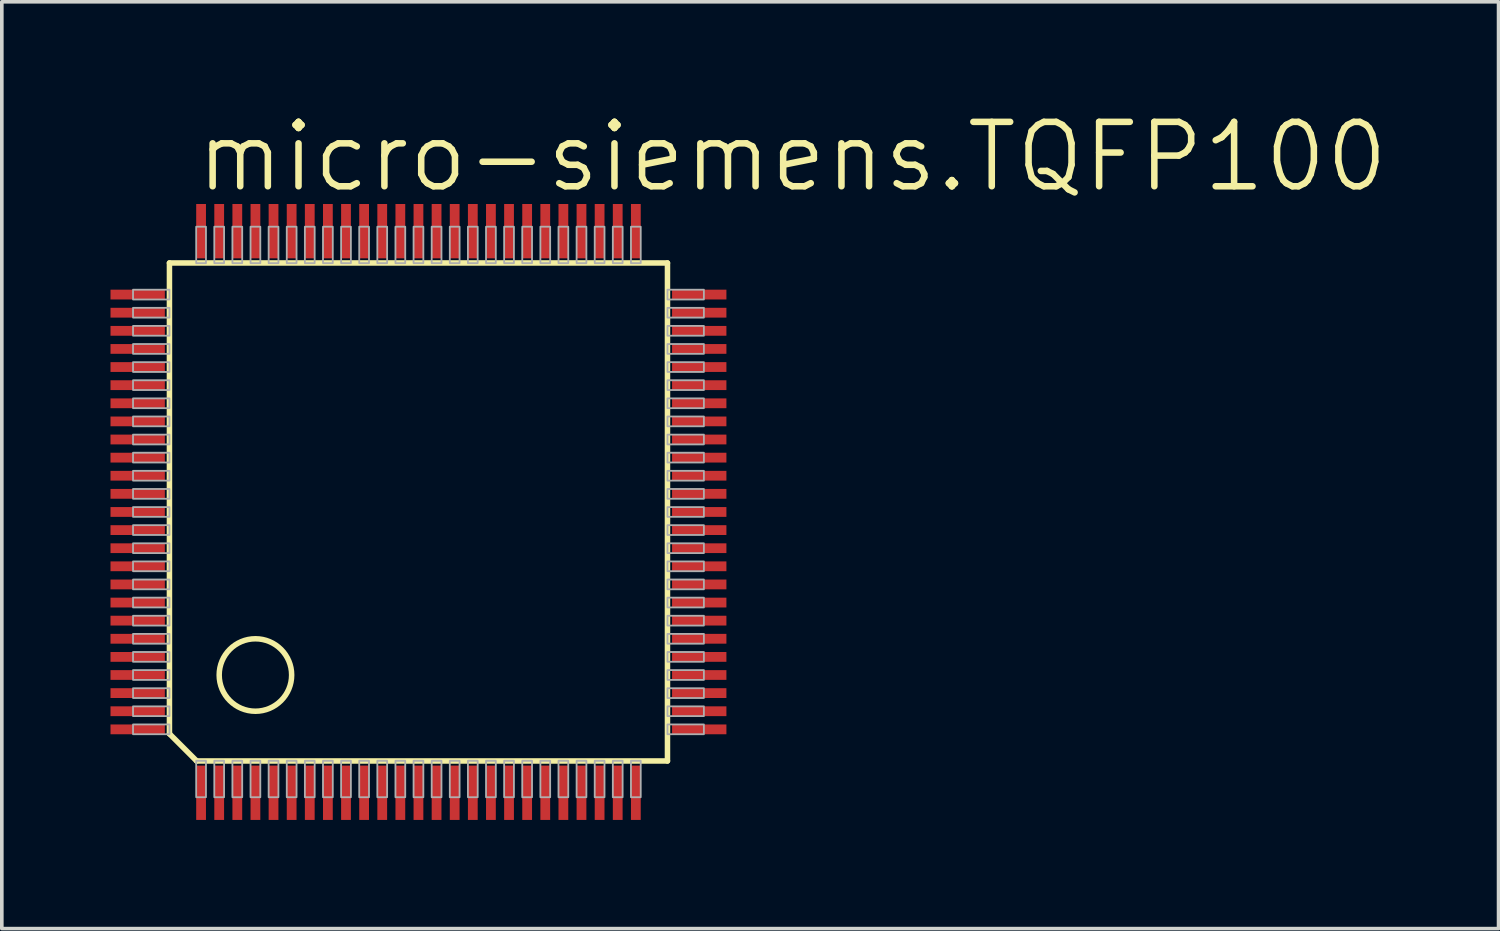
<source format=kicad_pcb>
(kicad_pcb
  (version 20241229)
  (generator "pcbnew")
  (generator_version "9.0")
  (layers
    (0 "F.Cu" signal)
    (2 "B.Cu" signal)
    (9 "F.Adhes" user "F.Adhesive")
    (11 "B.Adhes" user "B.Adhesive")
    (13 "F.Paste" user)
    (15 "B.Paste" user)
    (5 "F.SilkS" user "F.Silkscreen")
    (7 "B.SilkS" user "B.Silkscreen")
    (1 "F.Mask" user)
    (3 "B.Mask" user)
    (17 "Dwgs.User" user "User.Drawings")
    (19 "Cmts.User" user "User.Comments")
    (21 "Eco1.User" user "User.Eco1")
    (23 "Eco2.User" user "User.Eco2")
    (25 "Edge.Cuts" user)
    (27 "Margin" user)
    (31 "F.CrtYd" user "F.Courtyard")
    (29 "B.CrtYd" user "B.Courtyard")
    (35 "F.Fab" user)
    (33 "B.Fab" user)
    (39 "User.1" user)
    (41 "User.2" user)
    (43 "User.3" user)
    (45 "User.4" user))
  (footprint "micro-siemens.TQFP100"
    (layer "F.Cu")
    (at 8.5 11.081)
    (property "Reference" "micro-siemens.TQFP100" (at -6.223 -8.763 0) (layer "F.SilkS") (effects (font (size 1.778 1.778) (thickness 0.18)) (justify left bottom)))
    (attr smd)
    (fp_line (start -6.873 -6.873) (end 6.873 -6.873) (stroke (width 0.152) (type default)) (layer "F.SilkS"))
    (fp_line (start -6.873 6.123) (end -6.873 -6.873) (stroke (width 0.152) (type default)) (layer "F.SilkS"))
    (fp_line (start -6.123 6.873) (end -6.873 6.123) (stroke (width 0.152) (type default)) (layer "F.SilkS"))
    (fp_line (start 6.873 -6.873) (end 6.873 6.873) (stroke (width 0.152) (type default)) (layer "F.SilkS"))
    (fp_line (start 6.873 6.873) (end -6.123 6.873) (stroke (width 0.152) (type default)) (layer "F.SilkS"))
    (fp_circle (center -4.5 4.5) (end -3.5 4.5) (stroke (width 0.152) (type default)) (fill no) (layer "F.SilkS"))
    (fp_rect (start -7.878 -5.865) (end -6.873 -6.135) (stroke (width 0.05) (type default)) (fill no) (layer "F.Fab"))
    (fp_rect (start -7.878 -5.365) (end -6.873 -5.635) (stroke (width 0.05) (type default)) (fill no) (layer "F.Fab"))
    (fp_rect (start -7.878 -4.865) (end -6.873 -5.135) (stroke (width 0.05) (type default)) (fill no) (layer "F.Fab"))
    (fp_rect (start -7.878 -4.365) (end -6.873 -4.635) (stroke (width 0.05) (type default)) (fill no) (layer "F.Fab"))
    (fp_rect (start -7.878 -3.865) (end -6.873 -4.135) (stroke (width 0.05) (type default)) (fill no) (layer "F.Fab"))
    (fp_rect (start -7.878 -3.365) (end -6.873 -3.635) (stroke (width 0.05) (type default)) (fill no) (layer "F.Fab"))
    (fp_rect (start -7.878 -2.865) (end -6.873 -3.135) (stroke (width 0.05) (type default)) (fill no) (layer "F.Fab"))
    (fp_rect (start -7.878 -2.365) (end -6.873 -2.635) (stroke (width 0.05) (type default)) (fill no) (layer "F.Fab"))
    (fp_rect (start -7.878 -1.865) (end -6.873 -2.135) (stroke (width 0.05) (type default)) (fill no) (layer "F.Fab"))
    (fp_rect (start -7.878 -1.365) (end -6.873 -1.635) (stroke (width 0.05) (type default)) (fill no) (layer "F.Fab"))
    (fp_rect (start -7.878 -0.865) (end -6.873 -1.135) (stroke (width 0.05) (type default)) (fill no) (layer "F.Fab"))
    (fp_rect (start -7.878 -0.365) (end -6.873 -0.635) (stroke (width 0.05) (type default)) (fill no) (layer "F.Fab"))
    (fp_rect (start -7.878 0.135) (end -6.873 -0.135) (stroke (width 0.05) (type default)) (fill no) (layer "F.Fab"))
    (fp_rect (start -7.878 0.635) (end -6.873 0.365) (stroke (width 0.05) (type default)) (fill no) (layer "F.Fab"))
    (fp_rect (start -7.878 1.135) (end -6.873 0.865) (stroke (width 0.05) (type default)) (fill no) (layer "F.Fab"))
    (fp_rect (start -7.878 1.635) (end -6.873 1.365) (stroke (width 0.05) (type default)) (fill no) (layer "F.Fab"))
    (fp_rect (start -7.878 2.135) (end -6.873 1.865) (stroke (width 0.05) (type default)) (fill no) (layer "F.Fab"))
    (fp_rect (start -7.878 2.635) (end -6.873 2.365) (stroke (width 0.05) (type default)) (fill no) (layer "F.Fab"))
    (fp_rect (start -7.878 3.135) (end -6.873 2.865) (stroke (width 0.05) (type default)) (fill no) (layer "F.Fab"))
    (fp_rect (start -7.878 3.635) (end -6.873 3.365) (stroke (width 0.05) (type default)) (fill no) (layer "F.Fab"))
    (fp_rect (start -7.878 4.135) (end -6.873 3.865) (stroke (width 0.05) (type default)) (fill no) (layer "F.Fab"))
    (fp_rect (start -7.878 4.635) (end -6.873 4.365) (stroke (width 0.05) (type default)) (fill no) (layer "F.Fab"))
    (fp_rect (start -7.878 5.135) (end -6.873 4.865) (stroke (width 0.05) (type default)) (fill no) (layer "F.Fab"))
    (fp_rect (start -7.878 5.635) (end -6.873 5.365) (stroke (width 0.05) (type default)) (fill no) (layer "F.Fab"))
    (fp_rect (start -7.878 6.135) (end -6.873 5.865) (stroke (width 0.05) (type default)) (fill no) (layer "F.Fab"))
    (fp_rect (start -6.135 -6.868) (end -5.865 -7.873) (stroke (width 0.05) (type default)) (fill no) (layer "F.Fab"))
    (fp_rect (start -6.135 7.873) (end -5.865 6.868) (stroke (width 0.05) (type default)) (fill no) (layer "F.Fab"))
    (fp_rect (start -5.635 -6.868) (end -5.365 -7.873) (stroke (width 0.05) (type default)) (fill no) (layer "F.Fab"))
    (fp_rect (start -5.635 7.873) (end -5.365 6.868) (stroke (width 0.05) (type default)) (fill no) (layer "F.Fab"))
    (fp_rect (start -5.135 -6.868) (end -4.865 -7.873) (stroke (width 0.05) (type default)) (fill no) (layer "F.Fab"))
    (fp_rect (start -5.135 7.873) (end -4.865 6.868) (stroke (width 0.05) (type default)) (fill no) (layer "F.Fab"))
    (fp_rect (start -4.635 -6.868) (end -4.365 -7.873) (stroke (width 0.05) (type default)) (fill no) (layer "F.Fab"))
    (fp_rect (start -4.635 7.873) (end -4.365 6.868) (stroke (width 0.05) (type default)) (fill no) (layer "F.Fab"))
    (fp_rect (start -4.135 -6.868) (end -3.865 -7.873) (stroke (width 0.05) (type default)) (fill no) (layer "F.Fab"))
    (fp_rect (start -4.135 7.873) (end -3.865 6.868) (stroke (width 0.05) (type default)) (fill no) (layer "F.Fab"))
    (fp_rect (start -3.635 -6.868) (end -3.365 -7.873) (stroke (width 0.05) (type default)) (fill no) (layer "F.Fab"))
    (fp_rect (start -3.635 7.873) (end -3.365 6.868) (stroke (width 0.05) (type default)) (fill no) (layer "F.Fab"))
    (fp_rect (start -3.135 -6.868) (end -2.865 -7.873) (stroke (width 0.05) (type default)) (fill no) (layer "F.Fab"))
    (fp_rect (start -3.135 7.873) (end -2.865 6.868) (stroke (width 0.05) (type default)) (fill no) (layer "F.Fab"))
    (fp_rect (start -2.635 -6.868) (end -2.365 -7.873) (stroke (width 0.05) (type default)) (fill no) (layer "F.Fab"))
    (fp_rect (start -2.635 7.873) (end -2.365 6.868) (stroke (width 0.05) (type default)) (fill no) (layer "F.Fab"))
    (fp_rect (start -2.135 -6.868) (end -1.865 -7.873) (stroke (width 0.05) (type default)) (fill no) (layer "F.Fab"))
    (fp_rect (start -2.135 7.873) (end -1.865 6.868) (stroke (width 0.05) (type default)) (fill no) (layer "F.Fab"))
    (fp_rect (start -1.635 -6.868) (end -1.365 -7.873) (stroke (width 0.05) (type default)) (fill no) (layer "F.Fab"))
    (fp_rect (start -1.635 7.873) (end -1.365 6.868) (stroke (width 0.05) (type default)) (fill no) (layer "F.Fab"))
    (fp_rect (start -1.135 -6.868) (end -0.865 -7.873) (stroke (width 0.05) (type default)) (fill no) (layer "F.Fab"))
    (fp_rect (start -1.135 7.873) (end -0.865 6.868) (stroke (width 0.05) (type default)) (fill no) (layer "F.Fab"))
    (fp_rect (start -0.635 -6.868) (end -0.365 -7.873) (stroke (width 0.05) (type default)) (fill no) (layer "F.Fab"))
    (fp_rect (start -0.635 7.873) (end -0.365 6.868) (stroke (width 0.05) (type default)) (fill no) (layer "F.Fab"))
    (fp_rect (start -0.135 -6.868) (end 0.135 -7.873) (stroke (width 0.05) (type default)) (fill no) (layer "F.Fab"))
    (fp_rect (start -0.135 7.873) (end 0.135 6.868) (stroke (width 0.05) (type default)) (fill no) (layer "F.Fab"))
    (fp_rect (start 0.365 -6.868) (end 0.635 -7.873) (stroke (width 0.05) (type default)) (fill no) (layer "F.Fab"))
    (fp_rect (start 0.365 7.873) (end 0.635 6.868) (stroke (width 0.05) (type default)) (fill no) (layer "F.Fab"))
    (fp_rect (start 0.865 -6.868) (end 1.135 -7.873) (stroke (width 0.05) (type default)) (fill no) (layer "F.Fab"))
    (fp_rect (start 0.865 7.873) (end 1.135 6.868) (stroke (width 0.05) (type default)) (fill no) (layer "F.Fab"))
    (fp_rect (start 1.365 -6.868) (end 1.635 -7.873) (stroke (width 0.05) (type default)) (fill no) (layer "F.Fab"))
    (fp_rect (start 1.365 7.873) (end 1.635 6.868) (stroke (width 0.05) (type default)) (fill no) (layer "F.Fab"))
    (fp_rect (start 1.865 -6.868) (end 2.135 -7.873) (stroke (width 0.05) (type default)) (fill no) (layer "F.Fab"))
    (fp_rect (start 1.865 7.873) (end 2.135 6.868) (stroke (width 0.05) (type default)) (fill no) (layer "F.Fab"))
    (fp_rect (start 2.365 -6.868) (end 2.635 -7.873) (stroke (width 0.05) (type default)) (fill no) (layer "F.Fab"))
    (fp_rect (start 2.365 7.873) (end 2.635 6.868) (stroke (width 0.05) (type default)) (fill no) (layer "F.Fab"))
    (fp_rect (start 2.865 -6.868) (end 3.135 -7.873) (stroke (width 0.05) (type default)) (fill no) (layer "F.Fab"))
    (fp_rect (start 2.865 7.873) (end 3.135 6.868) (stroke (width 0.05) (type default)) (fill no) (layer "F.Fab"))
    (fp_rect (start 3.365 -6.868) (end 3.635 -7.873) (stroke (width 0.05) (type default)) (fill no) (layer "F.Fab"))
    (fp_rect (start 3.365 7.873) (end 3.635 6.868) (stroke (width 0.05) (type default)) (fill no) (layer "F.Fab"))
    (fp_rect (start 3.865 -6.868) (end 4.135 -7.873) (stroke (width 0.05) (type default)) (fill no) (layer "F.Fab"))
    (fp_rect (start 3.865 7.873) (end 4.135 6.868) (stroke (width 0.05) (type default)) (fill no) (layer "F.Fab"))
    (fp_rect (start 4.365 -6.868) (end 4.635 -7.873) (stroke (width 0.05) (type default)) (fill no) (layer "F.Fab"))
    (fp_rect (start 4.365 7.873) (end 4.635 6.868) (stroke (width 0.05) (type default)) (fill no) (layer "F.Fab"))
    (fp_rect (start 4.865 -6.868) (end 5.135 -7.873) (stroke (width 0.05) (type default)) (fill no) (layer "F.Fab"))
    (fp_rect (start 4.865 7.873) (end 5.135 6.868) (stroke (width 0.05) (type default)) (fill no) (layer "F.Fab"))
    (fp_rect (start 5.365 -6.868) (end 5.635 -7.873) (stroke (width 0.05) (type default)) (fill no) (layer "F.Fab"))
    (fp_rect (start 5.365 7.873) (end 5.635 6.868) (stroke (width 0.05) (type default)) (fill no) (layer "F.Fab"))
    (fp_rect (start 5.865 -6.868) (end 6.135 -7.873) (stroke (width 0.05) (type default)) (fill no) (layer "F.Fab"))
    (fp_rect (start 5.865 7.873) (end 6.135 6.868) (stroke (width 0.05) (type default)) (fill no) (layer "F.Fab"))
    (fp_rect (start 6.873 -5.865) (end 7.878 -6.135) (stroke (width 0.05) (type default)) (fill no) (layer "F.Fab"))
    (fp_rect (start 6.873 -5.365) (end 7.878 -5.635) (stroke (width 0.05) (type default)) (fill no) (layer "F.Fab"))
    (fp_rect (start 6.873 -4.865) (end 7.878 -5.135) (stroke (width 0.05) (type default)) (fill no) (layer "F.Fab"))
    (fp_rect (start 6.873 -4.365) (end 7.878 -4.635) (stroke (width 0.05) (type default)) (fill no) (layer "F.Fab"))
    (fp_rect (start 6.873 -3.865) (end 7.878 -4.135) (stroke (width 0.05) (type default)) (fill no) (layer "F.Fab"))
    (fp_rect (start 6.873 -3.365) (end 7.878 -3.635) (stroke (width 0.05) (type default)) (fill no) (layer "F.Fab"))
    (fp_rect (start 6.873 -2.865) (end 7.878 -3.135) (stroke (width 0.05) (type default)) (fill no) (layer "F.Fab"))
    (fp_rect (start 6.873 -2.365) (end 7.878 -2.635) (stroke (width 0.05) (type default)) (fill no) (layer "F.Fab"))
    (fp_rect (start 6.873 -1.865) (end 7.878 -2.135) (stroke (width 0.05) (type default)) (fill no) (layer "F.Fab"))
    (fp_rect (start 6.873 -1.365) (end 7.878 -1.635) (stroke (width 0.05) (type default)) (fill no) (layer "F.Fab"))
    (fp_rect (start 6.873 -0.865) (end 7.878 -1.135) (stroke (width 0.05) (type default)) (fill no) (layer "F.Fab"))
    (fp_rect (start 6.873 -0.365) (end 7.878 -0.635) (stroke (width 0.05) (type default)) (fill no) (layer "F.Fab"))
    (fp_rect (start 6.873 0.135) (end 7.878 -0.135) (stroke (width 0.05) (type default)) (fill no) (layer "F.Fab"))
    (fp_rect (start 6.873 0.635) (end 7.878 0.365) (stroke (width 0.05) (type default)) (fill no) (layer "F.Fab"))
    (fp_rect (start 6.873 1.135) (end 7.878 0.865) (stroke (width 0.05) (type default)) (fill no) (layer "F.Fab"))
    (fp_rect (start 6.873 1.635) (end 7.878 1.365) (stroke (width 0.05) (type default)) (fill no) (layer "F.Fab"))
    (fp_rect (start 6.873 2.135) (end 7.878 1.865) (stroke (width 0.05) (type default)) (fill no) (layer "F.Fab"))
    (fp_rect (start 6.873 2.635) (end 7.878 2.365) (stroke (width 0.05) (type default)) (fill no) (layer "F.Fab"))
    (fp_rect (start 6.873 3.135) (end 7.878 2.865) (stroke (width 0.05) (type default)) (fill no) (layer "F.Fab"))
    (fp_rect (start 6.873 3.635) (end 7.878 3.365) (stroke (width 0.05) (type default)) (fill no) (layer "F.Fab"))
    (fp_rect (start 6.873 4.135) (end 7.878 3.865) (stroke (width 0.05) (type default)) (fill no) (layer "F.Fab"))
    (fp_rect (start 6.873 4.635) (end 7.878 4.365) (stroke (width 0.05) (type default)) (fill no) (layer "F.Fab"))
    (fp_rect (start 6.873 5.135) (end 7.878 4.865) (stroke (width 0.05) (type default)) (fill no) (layer "F.Fab"))
    (fp_rect (start 6.873 5.635) (end 7.878 5.365) (stroke (width 0.05) (type default)) (fill no) (layer "F.Fab"))
    (fp_rect (start 6.873 6.135) (end 7.878 5.865) (stroke (width 0.05) (type default)) (fill no) (layer "F.Fab"))
    (pad "1" smd roundrect (at -6 7.75) (size 0.27 1.5) (layers "F.Cu" "F.Mask" "F.Paste") (roundrect_rratio 0.01))
    (pad "2" smd roundrect (at -5.5 7.75) (size 0.27 1.5) (layers "F.Cu" "F.Mask" "F.Paste") (roundrect_rratio 0.01))
    (pad "3" smd roundrect (at -5 7.75) (size 0.27 1.5) (layers "F.Cu" "F.Mask" "F.Paste") (roundrect_rratio 0.01))
    (pad "4" smd roundrect (at -4.5 7.75) (size 0.27 1.5) (layers "F.Cu" "F.Mask" "F.Paste") (roundrect_rratio 0.01))
    (pad "5" smd roundrect (at -4 7.75) (size 0.27 1.5) (layers "F.Cu" "F.Mask" "F.Paste") (roundrect_rratio 0.01))
    (pad "6" smd roundrect (at -3.5 7.75) (size 0.27 1.5) (layers "F.Cu" "F.Mask" "F.Paste") (roundrect_rratio 0.01))
    (pad "7" smd roundrect (at -3 7.75) (size 0.27 1.5) (layers "F.Cu" "F.Mask" "F.Paste") (roundrect_rratio 0.01))
    (pad "8" smd roundrect (at -2.5 7.75) (size 0.27 1.5) (layers "F.Cu" "F.Mask" "F.Paste") (roundrect_rratio 0.01))
    (pad "9" smd roundrect (at -2 7.75) (size 0.27 1.5) (layers "F.Cu" "F.Mask" "F.Paste") (roundrect_rratio 0.01))
    (pad "10" smd roundrect (at -1.5 7.75) (size 0.27 1.5) (layers "F.Cu" "F.Mask" "F.Paste") (roundrect_rratio 0.01))
    (pad "11" smd roundrect (at -1 7.75) (size 0.27 1.5) (layers "F.Cu" "F.Mask" "F.Paste") (roundrect_rratio 0.01))
    (pad "12" smd roundrect (at -0.5 7.75) (size 0.27 1.5) (layers "F.Cu" "F.Mask" "F.Paste") (roundrect_rratio 0.01))
    (pad "13" smd roundrect (at 0 7.75) (size 0.27 1.5) (layers "F.Cu" "F.Mask" "F.Paste") (roundrect_rratio 0.01))
    (pad "14" smd roundrect (at 0.5 7.75) (size 0.27 1.5) (layers "F.Cu" "F.Mask" "F.Paste") (roundrect_rratio 0.01))
    (pad "15" smd roundrect (at 1 7.75) (size 0.27 1.5) (layers "F.Cu" "F.Mask" "F.Paste") (roundrect_rratio 0.01))
    (pad "16" smd roundrect (at 1.5 7.75) (size 0.27 1.5) (layers "F.Cu" "F.Mask" "F.Paste") (roundrect_rratio 0.01))
    (pad "17" smd roundrect (at 2 7.75) (size 0.27 1.5) (layers "F.Cu" "F.Mask" "F.Paste") (roundrect_rratio 0.01))
    (pad "18" smd roundrect (at 2.5 7.75) (size 0.27 1.5) (layers "F.Cu" "F.Mask" "F.Paste") (roundrect_rratio 0.01))
    (pad "19" smd roundrect (at 3 7.75) (size 0.27 1.5) (layers "F.Cu" "F.Mask" "F.Paste") (roundrect_rratio 0.01))
    (pad "20" smd roundrect (at 3.5 7.75) (size 0.27 1.5) (layers "F.Cu" "F.Mask" "F.Paste") (roundrect_rratio 0.01))
    (pad "21" smd roundrect (at 4 7.75) (size 0.27 1.5) (layers "F.Cu" "F.Mask" "F.Paste") (roundrect_rratio 0.01))
    (pad "22" smd roundrect (at 4.5 7.75) (size 0.27 1.5) (layers "F.Cu" "F.Mask" "F.Paste") (roundrect_rratio 0.01))
    (pad "23" smd roundrect (at 5 7.75) (size 0.27 1.5) (layers "F.Cu" "F.Mask" "F.Paste") (roundrect_rratio 0.01))
    (pad "24" smd roundrect (at 5.5 7.75) (size 0.27 1.5) (layers "F.Cu" "F.Mask" "F.Paste") (roundrect_rratio 0.01))
    (pad "25" smd roundrect (at 6 7.75) (size 0.27 1.5) (layers "F.Cu" "F.Mask" "F.Paste") (roundrect_rratio 0.01))
    (pad "26" smd roundrect (at 7.75 6) (size 1.5 0.27) (layers "F.Cu" "F.Mask" "F.Paste") (roundrect_rratio 0.01))
    (pad "27" smd roundrect (at 7.75 5.5) (size 1.5 0.27) (layers "F.Cu" "F.Mask" "F.Paste") (roundrect_rratio 0.01))
    (pad "28" smd roundrect (at 7.75 5) (size 1.5 0.27) (layers "F.Cu" "F.Mask" "F.Paste") (roundrect_rratio 0.01))
    (pad "29" smd roundrect (at 7.75 4.5) (size 1.5 0.27) (layers "F.Cu" "F.Mask" "F.Paste") (roundrect_rratio 0.01))
    (pad "30" smd roundrect (at 7.75 4) (size 1.5 0.27) (layers "F.Cu" "F.Mask" "F.Paste") (roundrect_rratio 0.01))
    (pad "31" smd roundrect (at 7.75 3.5) (size 1.5 0.27) (layers "F.Cu" "F.Mask" "F.Paste") (roundrect_rratio 0.01))
    (pad "32" smd roundrect (at 7.75 3) (size 1.5 0.27) (layers "F.Cu" "F.Mask" "F.Paste") (roundrect_rratio 0.01))
    (pad "33" smd roundrect (at 7.75 2.5) (size 1.5 0.27) (layers "F.Cu" "F.Mask" "F.Paste") (roundrect_rratio 0.01))
    (pad "34" smd roundrect (at 7.75 2) (size 1.5 0.27) (layers "F.Cu" "F.Mask" "F.Paste") (roundrect_rratio 0.01))
    (pad "35" smd roundrect (at 7.75 1.5) (size 1.5 0.27) (layers "F.Cu" "F.Mask" "F.Paste") (roundrect_rratio 0.01))
    (pad "36" smd roundrect (at 7.75 1) (size 1.5 0.27) (layers "F.Cu" "F.Mask" "F.Paste") (roundrect_rratio 0.01))
    (pad "37" smd roundrect (at 7.75 0.5) (size 1.5 0.27) (layers "F.Cu" "F.Mask" "F.Paste") (roundrect_rratio 0.01))
    (pad "38" smd roundrect (at 7.75 0) (size 1.5 0.27) (layers "F.Cu" "F.Mask" "F.Paste") (roundrect_rratio 0.01))
    (pad "39" smd roundrect (at 7.75 -0.5) (size 1.5 0.27) (layers "F.Cu" "F.Mask" "F.Paste") (roundrect_rratio 0.01))
    (pad "40" smd roundrect (at 7.75 -1) (size 1.5 0.27) (layers "F.Cu" "F.Mask" "F.Paste") (roundrect_rratio 0.01))
    (pad "41" smd roundrect (at 7.75 -1.5) (size 1.5 0.27) (layers "F.Cu" "F.Mask" "F.Paste") (roundrect_rratio 0.01))
    (pad "42" smd roundrect (at 7.75 -2) (size 1.5 0.27) (layers "F.Cu" "F.Mask" "F.Paste") (roundrect_rratio 0.01))
    (pad "43" smd roundrect (at 7.75 -2.5) (size 1.5 0.27) (layers "F.Cu" "F.Mask" "F.Paste") (roundrect_rratio 0.01))
    (pad "44" smd roundrect (at 7.75 -3) (size 1.5 0.27) (layers "F.Cu" "F.Mask" "F.Paste") (roundrect_rratio 0.01))
    (pad "45" smd roundrect (at 7.75 -3.5) (size 1.5 0.27) (layers "F.Cu" "F.Mask" "F.Paste") (roundrect_rratio 0.01))
    (pad "46" smd roundrect (at 7.75 -4) (size 1.5 0.27) (layers "F.Cu" "F.Mask" "F.Paste") (roundrect_rratio 0.01))
    (pad "47" smd roundrect (at 7.75 -4.5) (size 1.5 0.27) (layers "F.Cu" "F.Mask" "F.Paste") (roundrect_rratio 0.01))
    (pad "48" smd roundrect (at 7.75 -5) (size 1.5 0.27) (layers "F.Cu" "F.Mask" "F.Paste") (roundrect_rratio 0.01))
    (pad "49" smd roundrect (at 7.75 -5.5) (size 1.5 0.27) (layers "F.Cu" "F.Mask" "F.Paste") (roundrect_rratio 0.01))
    (pad "50" smd roundrect (at 7.75 -6) (size 1.5 0.27) (layers "F.Cu" "F.Mask" "F.Paste") (roundrect_rratio 0.01))
    (pad "51" smd roundrect (at 6 -7.75) (size 0.27 1.5) (layers "F.Cu" "F.Mask" "F.Paste") (roundrect_rratio 0.01))
    (pad "52" smd roundrect (at 5.5 -7.75) (size 0.27 1.5) (layers "F.Cu" "F.Mask" "F.Paste") (roundrect_rratio 0.01))
    (pad "53" smd roundrect (at 5 -7.75) (size 0.27 1.5) (layers "F.Cu" "F.Mask" "F.Paste") (roundrect_rratio 0.01))
    (pad "54" smd roundrect (at 4.5 -7.75) (size 0.27 1.5) (layers "F.Cu" "F.Mask" "F.Paste") (roundrect_rratio 0.01))
    (pad "55" smd roundrect (at 4 -7.75) (size 0.27 1.5) (layers "F.Cu" "F.Mask" "F.Paste") (roundrect_rratio 0.01))
    (pad "56" smd roundrect (at 3.5 -7.75) (size 0.27 1.5) (layers "F.Cu" "F.Mask" "F.Paste") (roundrect_rratio 0.01))
    (pad "57" smd roundrect (at 3 -7.75) (size 0.27 1.5) (layers "F.Cu" "F.Mask" "F.Paste") (roundrect_rratio 0.01))
    (pad "58" smd roundrect (at 2.5 -7.75) (size 0.27 1.5) (layers "F.Cu" "F.Mask" "F.Paste") (roundrect_rratio 0.01))
    (pad "59" smd roundrect (at 2 -7.75) (size 0.27 1.5) (layers "F.Cu" "F.Mask" "F.Paste") (roundrect_rratio 0.01))
    (pad "60" smd roundrect (at 1.5 -7.75) (size 0.27 1.5) (layers "F.Cu" "F.Mask" "F.Paste") (roundrect_rratio 0.01))
    (pad "61" smd roundrect (at 1 -7.75) (size 0.27 1.5) (layers "F.Cu" "F.Mask" "F.Paste") (roundrect_rratio 0.01))
    (pad "62" smd roundrect (at 0.5 -7.75) (size 0.27 1.5) (layers "F.Cu" "F.Mask" "F.Paste") (roundrect_rratio 0.01))
    (pad "63" smd roundrect (at 0 -7.75) (size 0.27 1.5) (layers "F.Cu" "F.Mask" "F.Paste") (roundrect_rratio 0.01))
    (pad "64" smd roundrect (at -0.5 -7.75) (size 0.27 1.5) (layers "F.Cu" "F.Mask" "F.Paste") (roundrect_rratio 0.01))
    (pad "65" smd roundrect (at -1 -7.75) (size 0.27 1.5) (layers "F.Cu" "F.Mask" "F.Paste") (roundrect_rratio 0.01))
    (pad "66" smd roundrect (at -1.5 -7.75) (size 0.27 1.5) (layers "F.Cu" "F.Mask" "F.Paste") (roundrect_rratio 0.01))
    (pad "67" smd roundrect (at -2 -7.75) (size 0.27 1.5) (layers "F.Cu" "F.Mask" "F.Paste") (roundrect_rratio 0.01))
    (pad "68" smd roundrect (at -2.5 -7.75) (size 0.27 1.5) (layers "F.Cu" "F.Mask" "F.Paste") (roundrect_rratio 0.01))
    (pad "69" smd roundrect (at -3 -7.75) (size 0.27 1.5) (layers "F.Cu" "F.Mask" "F.Paste") (roundrect_rratio 0.01))
    (pad "70" smd roundrect (at -3.5 -7.75) (size 0.27 1.5) (layers "F.Cu" "F.Mask" "F.Paste") (roundrect_rratio 0.01))
    (pad "71" smd roundrect (at -4 -7.75) (size 0.27 1.5) (layers "F.Cu" "F.Mask" "F.Paste") (roundrect_rratio 0.01))
    (pad "72" smd roundrect (at -4.5 -7.75) (size 0.27 1.5) (layers "F.Cu" "F.Mask" "F.Paste") (roundrect_rratio 0.01))
    (pad "73" smd roundrect (at -5 -7.75) (size 0.27 1.5) (layers "F.Cu" "F.Mask" "F.Paste") (roundrect_rratio 0.01))
    (pad "74" smd roundrect (at -5.5 -7.75) (size 0.27 1.5) (layers "F.Cu" "F.Mask" "F.Paste") (roundrect_rratio 0.01))
    (pad "75" smd roundrect (at -6 -7.75) (size 0.27 1.5) (layers "F.Cu" "F.Mask" "F.Paste") (roundrect_rratio 0.01))
    (pad "76" smd roundrect (at -7.75 -6) (size 1.5 0.27) (layers "F.Cu" "F.Mask" "F.Paste") (roundrect_rratio 0.01))
    (pad "77" smd roundrect (at -7.75 -5.5) (size 1.5 0.27) (layers "F.Cu" "F.Mask" "F.Paste") (roundrect_rratio 0.01))
    (pad "78" smd roundrect (at -7.75 -5) (size 1.5 0.27) (layers "F.Cu" "F.Mask" "F.Paste") (roundrect_rratio 0.01))
    (pad "79" smd roundrect (at -7.75 -4.5) (size 1.5 0.27) (layers "F.Cu" "F.Mask" "F.Paste") (roundrect_rratio 0.01))
    (pad "80" smd roundrect (at -7.75 -4) (size 1.5 0.27) (layers "F.Cu" "F.Mask" "F.Paste") (roundrect_rratio 0.01))
    (pad "81" smd roundrect (at -7.75 -3.5) (size 1.5 0.27) (layers "F.Cu" "F.Mask" "F.Paste") (roundrect_rratio 0.01))
    (pad "82" smd roundrect (at -7.75 -3) (size 1.5 0.27) (layers "F.Cu" "F.Mask" "F.Paste") (roundrect_rratio 0.01))
    (pad "83" smd roundrect (at -7.75 -2.5) (size 1.5 0.27) (layers "F.Cu" "F.Mask" "F.Paste") (roundrect_rratio 0.01))
    (pad "84" smd roundrect (at -7.75 -2) (size 1.5 0.27) (layers "F.Cu" "F.Mask" "F.Paste") (roundrect_rratio 0.01))
    (pad "85" smd roundrect (at -7.75 -1.5) (size 1.5 0.27) (layers "F.Cu" "F.Mask" "F.Paste") (roundrect_rratio 0.01))
    (pad "86" smd roundrect (at -7.75 -1) (size 1.5 0.27) (layers "F.Cu" "F.Mask" "F.Paste") (roundrect_rratio 0.01))
    (pad "87" smd roundrect (at -7.75 -0.5) (size 1.5 0.27) (layers "F.Cu" "F.Mask" "F.Paste") (roundrect_rratio 0.01))
    (pad "88" smd roundrect (at -7.75 0) (size 1.5 0.27) (layers "F.Cu" "F.Mask" "F.Paste") (roundrect_rratio 0.01))
    (pad "89" smd roundrect (at -7.75 0.5) (size 1.5 0.27) (layers "F.Cu" "F.Mask" "F.Paste") (roundrect_rratio 0.01))
    (pad "90" smd roundrect (at -7.75 1) (size 1.5 0.27) (layers "F.Cu" "F.Mask" "F.Paste") (roundrect_rratio 0.01))
    (pad "91" smd roundrect (at -7.75 1.5) (size 1.5 0.27) (layers "F.Cu" "F.Mask" "F.Paste") (roundrect_rratio 0.01))
    (pad "92" smd roundrect (at -7.75 2) (size 1.5 0.27) (layers "F.Cu" "F.Mask" "F.Paste") (roundrect_rratio 0.01))
    (pad "93" smd roundrect (at -7.75 2.5) (size 1.5 0.27) (layers "F.Cu" "F.Mask" "F.Paste") (roundrect_rratio 0.01))
    (pad "94" smd roundrect (at -7.75 3) (size 1.5 0.27) (layers "F.Cu" "F.Mask" "F.Paste") (roundrect_rratio 0.01))
    (pad "95" smd roundrect (at -7.75 3.5) (size 1.5 0.27) (layers "F.Cu" "F.Mask" "F.Paste") (roundrect_rratio 0.01))
    (pad "96" smd roundrect (at -7.75 4) (size 1.5 0.27) (layers "F.Cu" "F.Mask" "F.Paste") (roundrect_rratio 0.01))
    (pad "97" smd roundrect (at -7.75 4.5) (size 1.5 0.27) (layers "F.Cu" "F.Mask" "F.Paste") (roundrect_rratio 0.01))
    (pad "98" smd roundrect (at -7.75 5) (size 1.5 0.27) (layers "F.Cu" "F.Mask" "F.Paste") (roundrect_rratio 0.01))
    (pad "99" smd roundrect (at -7.75 5.5) (size 1.5 0.27) (layers "F.Cu" "F.Mask" "F.Paste") (roundrect_rratio 0.01))
    (pad "100" smd roundrect (at -7.75 6) (size 1.5 0.27) (layers "F.Cu" "F.Mask" "F.Paste") (roundrect_rratio 0.01)))
  (gr_rect
    (start -3 -3)
    (end 38.312 22.581)
    (stroke (width 0.1) (type default))
    (fill no)
    (layer "Edge.Cuts")))
</source>
